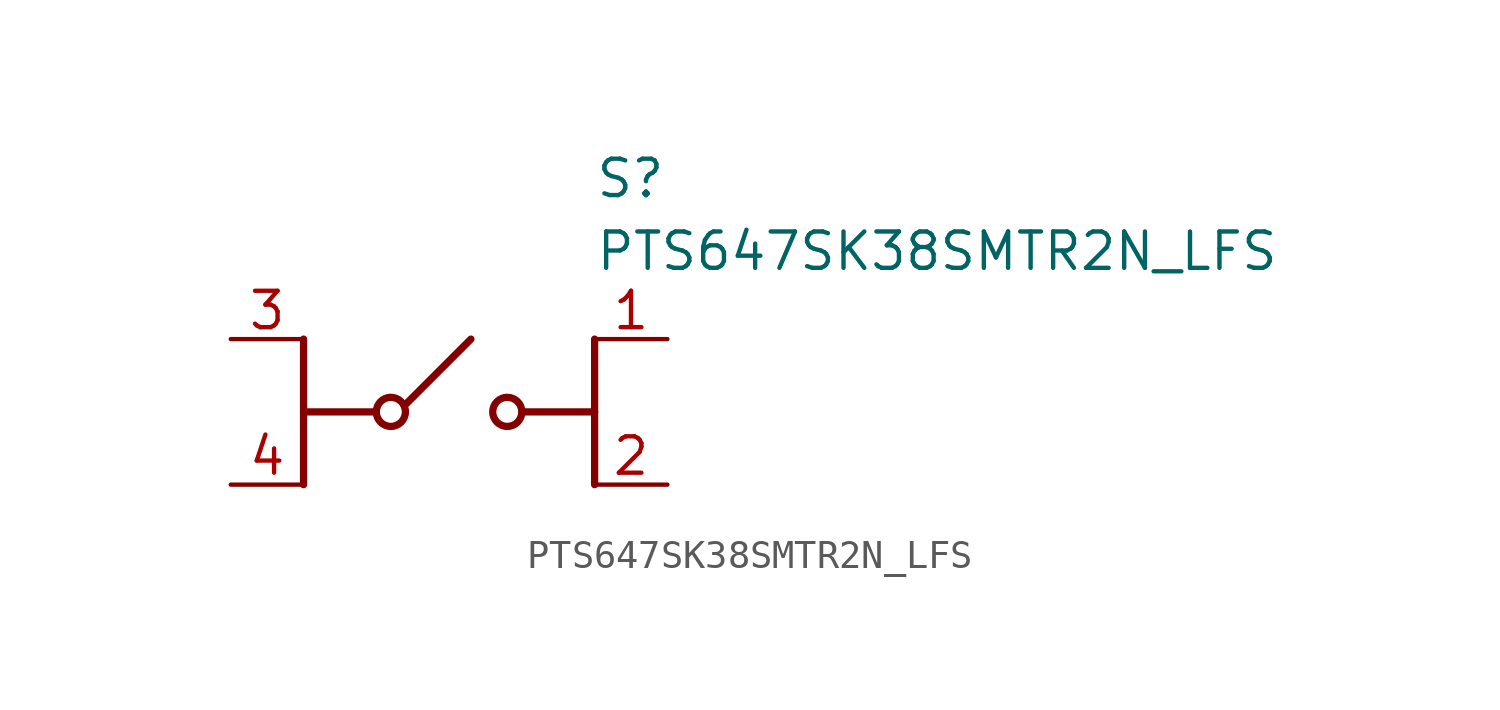
<source format=kicad_sym>
(kicad_symbol_lib
  (version 20211014)
  (generator SamacSys_ECAD_Model)
  (symbol "PTS647SK38SMTR2N_LFS"
    (pin_names hide)
    (property "Reference" "S"
      (at 12.7 6.35 0)
      (effects (font (size 1.27 1.27)) (justify left top)))
    (property "Value" "PTS647SK38SMTR2N_LFS"
      (at 12.7 3.81 0)
      (effects (font (size 1.27 1.27)) (justify left top)))
    (polyline
      (pts (xy 2.54 -5.08) (xy 2.54 0))
      (stroke (width 0.254) (type default))
      (fill (type none)))
    (polyline
      (pts (xy 2.54 -2.54) (xy 5.08 -2.54))
      (stroke (width 0.254) (type default))
      (fill (type none)))
    (polyline
      (pts (xy 10.16 -2.54) (xy 12.7 -2.54))
      (stroke (width 0.254) (type default))
      (fill (type none)))
    (polyline
      (pts (xy 12.7 -5.08) (xy 12.7 0))
      (stroke (width 0.254) (type default))
      (fill (type none)))
    (polyline
      (pts (xy 6.096 -2.286) (xy 8.382 0))
      (stroke (width 0.254) (type default))
      (fill (type none)))
    (circle
      (center 5.588 -2.54)
      (radius 0.508)
      (stroke (width 0.254) (type default))
      (fill (type none)))
    (circle
      (center 9.652 -2.54)
      (radius 0.508)
      (stroke (width 0.254) (type default))
      (fill (type none)))
    (pin passive line
      (at 0 0 0)
      (length 2.54)
      (name "COM_1" (effects (font (size 1.27 1.27))))
      (number "3" (effects (font (size 1.27 1.27)))))
    (pin passive line
      (at 0 -5.08 0)
      (length 2.54)
      (name "COM_2" (effects (font (size 1.27 1.27))))
      (number "4" (effects (font (size 1.27 1.27)))))
    (pin passive line
      (at 15.24 0 180)
      (length 2.54)
      (name "NO_1" (effects (font (size 1.27 1.27))))
      (number "1" (effects (font (size 1.27 1.27)))))
    (pin passive line
      (at 15.24 -5.08 180)
      (length 2.54)
      (name "NO_2" (effects (font (size 1.27 1.27))))
      (number "2" (effects (font (size 1.27 1.27)))))))
</source>
